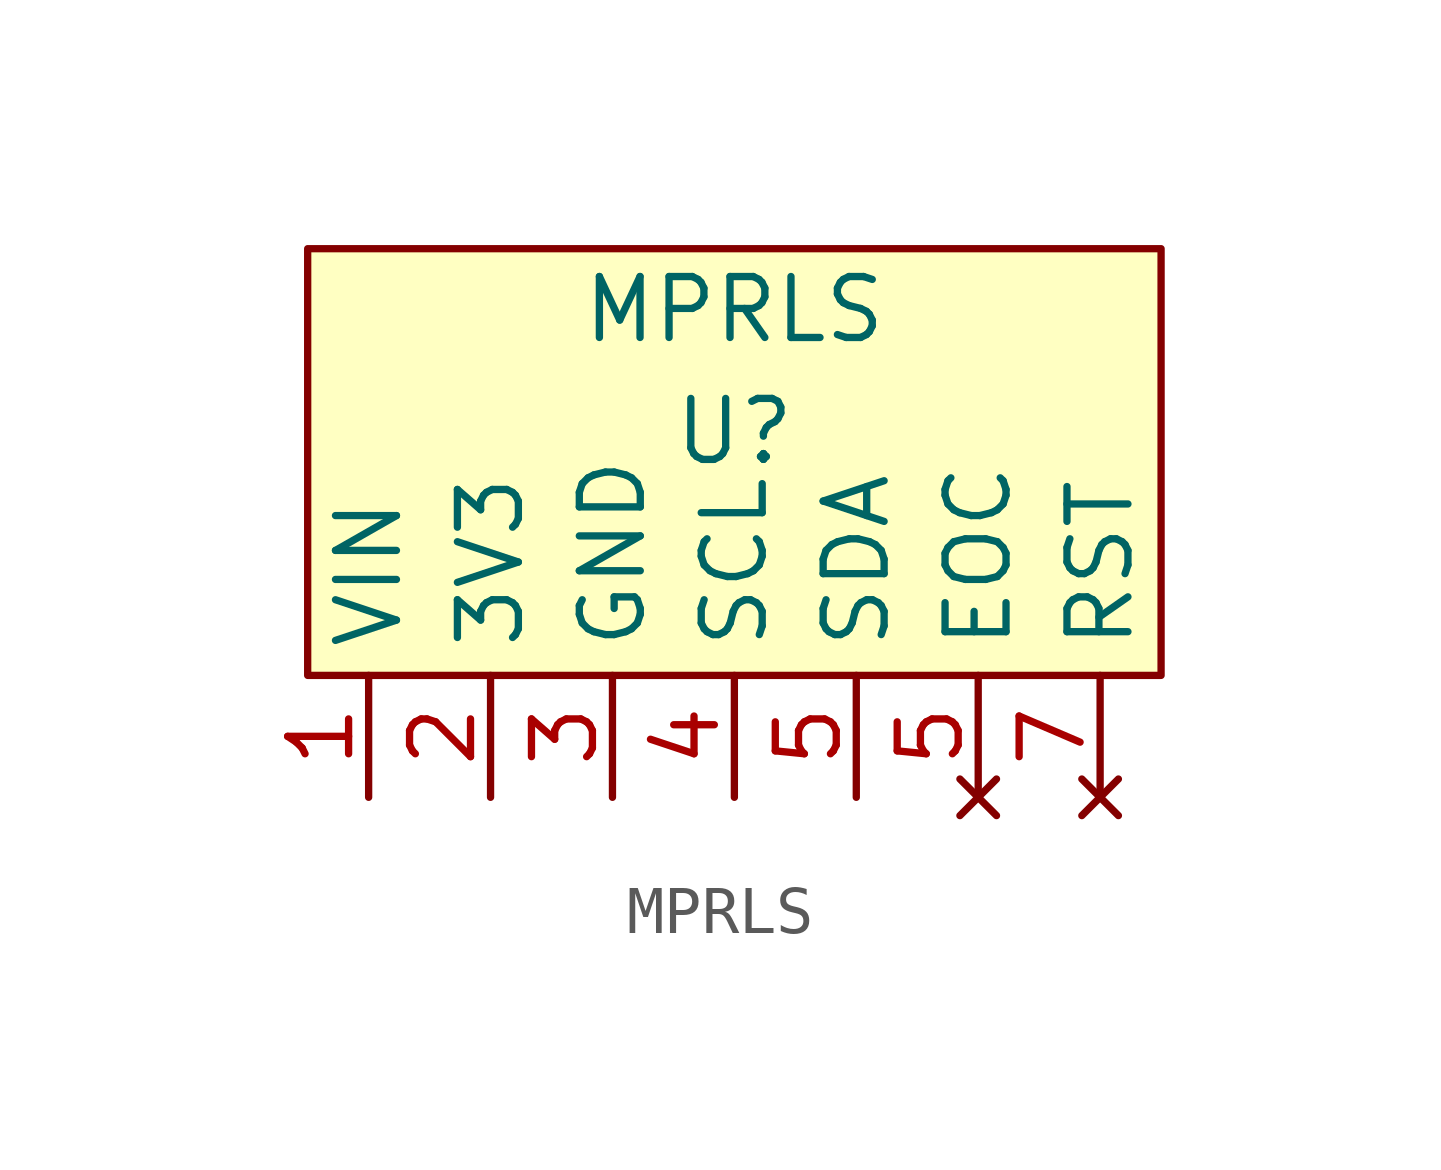
<source format=kicad_sym>
(kicad_symbol_lib
  (version 20211014)
  (generator kicad_symbol_editor)
  (symbol "MPRLS"
    (property "Reference" "U"
      (at 3.81 6.35 0)
      (effects (font (size 1.27 1.27))))
    (property "Value" "MPRLS"
      (at 3.81 8.89 0)
      (effects (font (size 1.27 1.27))))
    (symbol "MPRLS_0_1"
      (rectangle (start -5.08 10.16) (end 12.7 1.27) (stroke (width 0) (type default) (color 0 0 0 0)) (fill (type background))))
    (symbol "MPRLS_1_1"
      (pin power_in line (at -3.81 -1.27 90) (length 2.54) (name "VIN" (effects (font (size 1.27 1.27)))) (number "1" (effects (font (size 1.27 1.27)))))
      (pin power_out line (at -1.27 -1.27 90) (length 2.54) (name "3V3" (effects (font (size 1.27 1.27)))) (number "2" (effects (font (size 1.27 1.27)))))
      (pin power_out line (at 1.27 -1.27 90) (length 2.54) (name "GND" (effects (font (size 1.27 1.27)))) (number "3" (effects (font (size 1.27 1.27)))))
      (pin bidirectional line (at 3.81 -1.27 90) (length 2.54) (name "SCL" (effects (font (size 1.27 1.27)))) (number "4" (effects (font (size 1.27 1.27)))))
      (pin no_connect line (at 8.89 -1.27 90) (length 2.54) (name "EOC" (effects (font (size 1.27 1.27)))) (number "5" (effects (font (size 1.27 1.27)))))
      (pin bidirectional line (at 6.35 -1.27 90) (length 2.54) (name "SDA" (effects (font (size 1.27 1.27)))) (number "5" (effects (font (size 1.27 1.27)))))
      (pin no_connect line (at 11.43 -1.27 90) (length 2.54) (name "RST" (effects (font (size 1.27 1.27)))) (number "7" (effects (font (size 1.27 1.27))))))))
</source>
